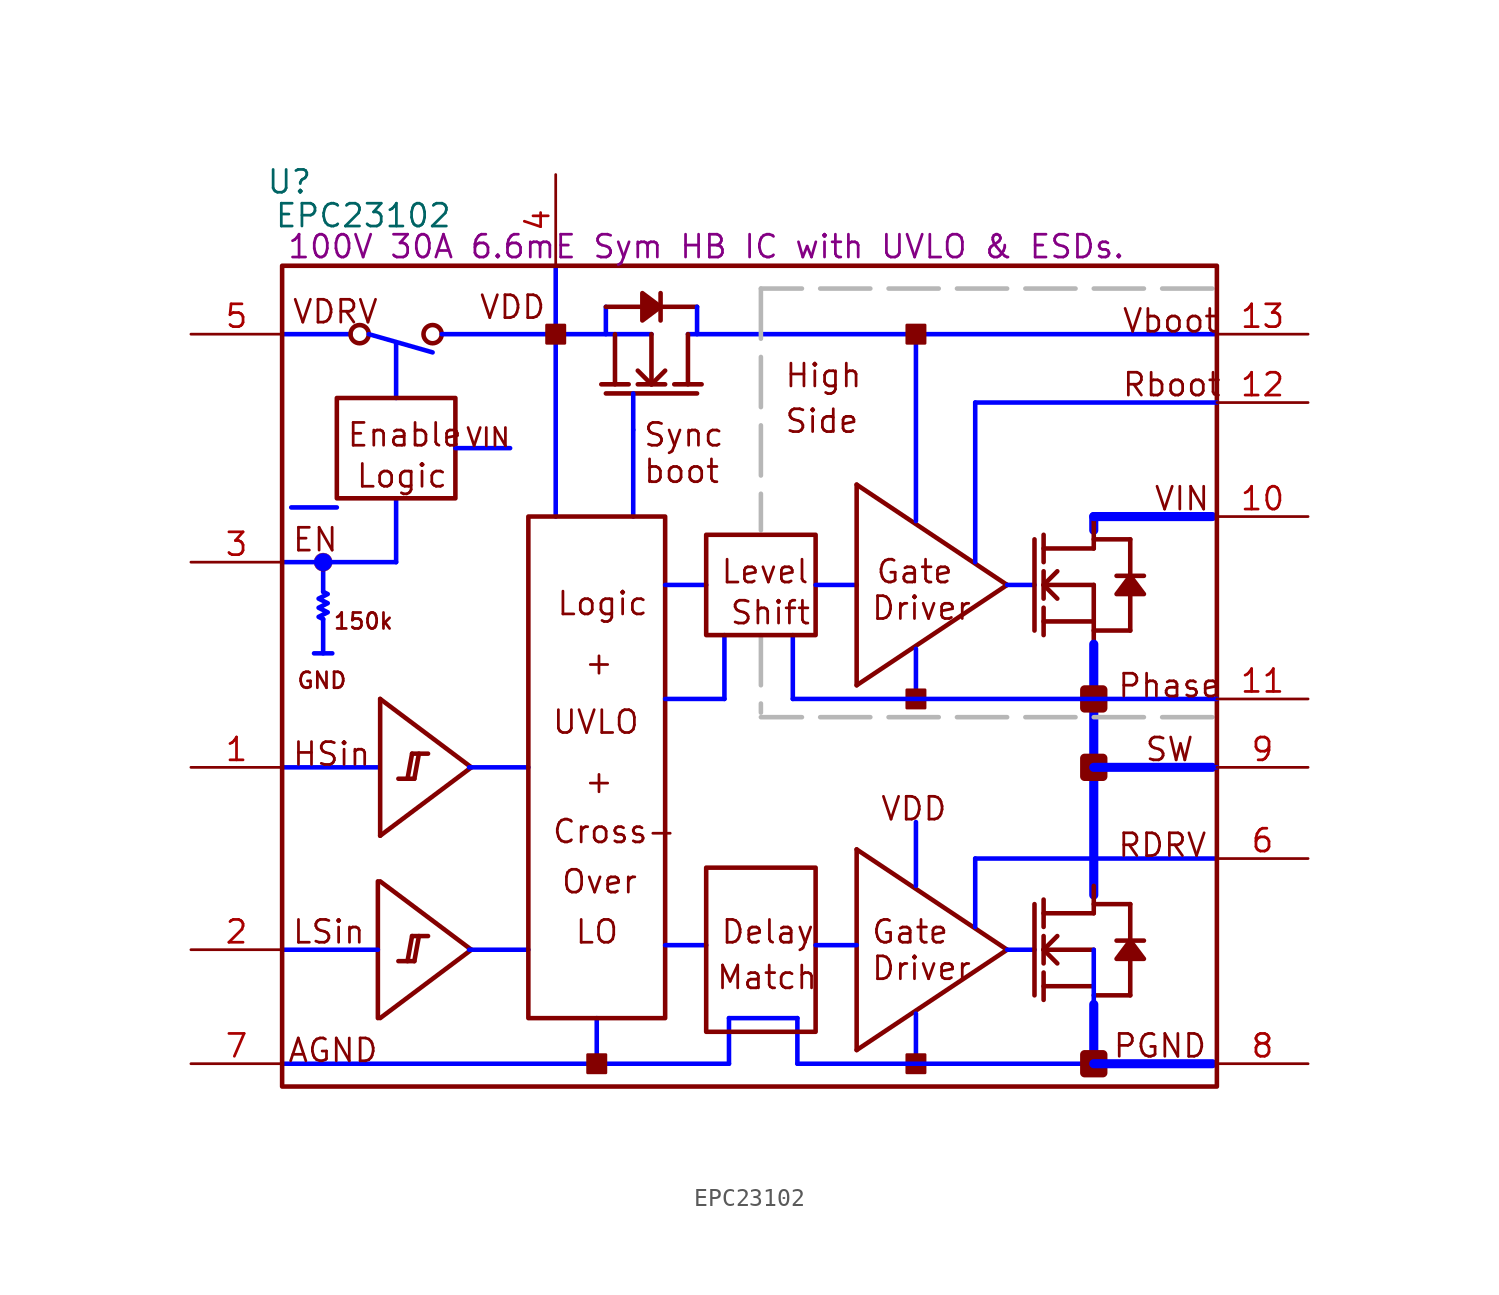
<source format=kicad_sym>
(kicad_symbol_lib
  (version 20220914)
  (generator kicad_symbol_editor)
  (symbol "EPC23102"
    (property "Reference" "U"
      (at 5.486 50.394 0)
      (effects (font (size 1.27 1.27))))
    (property "Value" "EPC23102"
      (at 9.601 48.514 0)
      (effects (font (size 1.27 1.27))))
    (property "Description" "100V 30A 6.6mE Sym HB IC with UVLO & ESDs."
      (at 28.702 46.787 0)
      (effects (font (size 1.27 1.27))))
    (symbol "EPC23102_1_0"
      (polyline (pts (xy 5.08 1.27) (xy 29.972 1.27)) (stroke (width 0.254) (type solid) (color 0 0 255 1)) (fill (type none)))
      (polyline (pts (xy 5.08 41.91) (xy 8.89 41.91)) (stroke (width 0.254) (type solid) (color 0 0 255 1)) (fill (type none)))
      (polyline (pts (xy 5.588 32.258) (xy 8.128 32.258)) (stroke (width 0.254) (type solid) (color 0 0 255 1)) (fill (type none)))
      (polyline (pts (xy 7.366 26.035) (xy 7.366 24.13)) (stroke (width 0.254) (type solid) (color 0 0 255 1)) (fill (type none)))
      (polyline (pts (xy 7.366 29.21) (xy 7.366 27.559)) (stroke (width 0.254) (type solid) (color 0 0 255 1)) (fill (type none)))
      (polyline (pts (xy 7.874 24.13) (xy 6.858 24.13)) (stroke (width 0.254) (type solid) (color 0 0 255 1)) (fill (type none)))
      (polyline (pts (xy 9.906 41.91) (xy 13.462 40.894)) (stroke (width 0.254) (type solid) (color 0 0 255 1)) (fill (type none)))
      (polyline (pts (xy 10.414 7.62) (xy 5.08 7.62)) (stroke (width 0.254) (type solid) (color 0 0 255 1)) (fill (type none)))
      (polyline (pts (xy 10.414 11.43) (xy 10.414 3.81)) (stroke (width 0.254) (type solid)) (fill (type none)))
      (polyline (pts (xy 10.414 17.78) (xy 5.08 17.78)) (stroke (width 0.254) (type solid) (color 0 0 255 1)) (fill (type none)))
      (polyline (pts (xy 10.541 3.81) (xy 15.621 7.62)) (stroke (width 0.254) (type solid)) (fill (type none)))
      (polyline (pts (xy 10.541 11.43) (xy 15.621 7.62)) (stroke (width 0.254) (type solid)) (fill (type none)))
      (polyline (pts (xy 10.541 13.97) (xy 15.621 17.78)) (stroke (width 0.254) (type solid)) (fill (type none)))
      (polyline (pts (xy 10.541 21.59) (xy 10.541 13.97)) (stroke (width 0.254) (type solid)) (fill (type none)))
      (polyline (pts (xy 10.541 21.59) (xy 15.621 17.78)) (stroke (width 0.254) (type solid)) (fill (type none)))
      (polyline (pts (xy 11.43 29.21) (xy 5.08 29.21)) (stroke (width 0.254) (type solid) (color 0 0 255 1)) (fill (type none)))
      (polyline (pts (xy 11.43 29.21) (xy 11.43 32.766)) (stroke (width 0.254) (type solid) (color 0 0 255 1)) (fill (type none)))
      (polyline (pts (xy 11.43 38.354) (xy 11.43 41.402)) (stroke (width 0.254) (type solid) (color 0 0 255 1)) (fill (type none)))
      (polyline (pts (xy 12.065 6.985) (xy 12.319 8.382)) (stroke (width 0.254) (type solid)) (fill (type none)))
      (polyline (pts (xy 12.065 17.145) (xy 12.319 18.542)) (stroke (width 0.254) (type solid)) (fill (type none)))
      (polyline (pts (xy 12.446 6.985) (xy 11.557 6.985)) (stroke (width 0.254) (type solid)) (fill (type none)))
      (polyline (pts (xy 12.446 6.985) (xy 12.7 8.382)) (stroke (width 0.254) (type solid)) (fill (type none)))
      (polyline (pts (xy 12.446 17.145) (xy 11.557 17.145)) (stroke (width 0.254) (type solid)) (fill (type none)))
      (polyline (pts (xy 12.446 17.145) (xy 12.7 18.542)) (stroke (width 0.254) (type solid)) (fill (type none)))
      (polyline (pts (xy 13.208 8.382) (xy 12.319 8.382)) (stroke (width 0.254) (type solid)) (fill (type none)))
      (polyline (pts (xy 13.208 18.542) (xy 12.319 18.542)) (stroke (width 0.254) (type solid)) (fill (type none)))
      (polyline (pts (xy 13.97 41.91) (xy 25.654 41.91)) (stroke (width 0.254) (type solid) (color 0 0 255 1)) (fill (type none)))
      (polyline (pts (xy 15.494 7.62) (xy 18.796 7.62)) (stroke (width 0.254) (type solid) (color 0 0 255 1)) (fill (type none)))
      (polyline (pts (xy 15.494 17.78) (xy 18.796 17.78)) (stroke (width 0.254) (type solid) (color 0 0 255 1)) (fill (type none)))
      (polyline (pts (xy 17.78 35.56) (xy 14.732 35.56)) (stroke (width 0.254) (type solid) (color 0 0 255 1)) (fill (type none)))
      (polyline (pts (xy 20.32 31.75) (xy 20.32 45.72)) (stroke (width 0.254) (type solid) (color 0 0 255 1)) (fill (type none)))
      (polyline (pts (xy 22.606 1.27) (xy 22.606 3.81)) (stroke (width 0.254) (type solid) (color 0 0 255 1)) (fill (type none)))
      (polyline (pts (xy 23.114 38.608) (xy 28.194 38.608)) (stroke (width 0.254) (type solid)) (fill (type none)))
      (polyline (pts (xy 23.114 43.434) (xy 23.114 41.91)) (stroke (width 0.254) (type solid) (color 0 0 255 1)) (fill (type none)))
      (polyline (pts (xy 23.114 43.434) (xy 25.146 43.434)) (stroke (width 0.254) (type solid)) (fill (type none)))
      (polyline (pts (xy 23.622 41.91) (xy 23.622 39.116)) (stroke (width 0.254) (type solid)) (fill (type none)))
      (polyline (pts (xy 24.384 39.116) (xy 22.86 39.116)) (stroke (width 0.254) (type solid)) (fill (type none)))
      (polyline (pts (xy 24.638 31.75) (xy 24.638 36.576)) (stroke (width 0.254) (type solid) (color 0 0 255 1)) (fill (type none)))
      (polyline (pts (xy 24.638 38.608) (xy 24.638 36.576)) (stroke (width 0.254) (type solid) (color 0 0 255 1)) (fill (type none)))
      (polyline (pts (xy 25.654 39.116) (xy 24.892 39.878)) (stroke (width 0.254) (type solid)) (fill (type none)))
      (polyline (pts (xy 25.654 39.116) (xy 25.654 41.91)) (stroke (width 0.254) (type solid)) (fill (type none)))
      (polyline (pts (xy 26.162 42.672) (xy 26.162 44.196)) (stroke (width 0.254) (type solid)) (fill (type none)))
      (polyline (pts (xy 26.162 43.434) (xy 28.194 43.434)) (stroke (width 0.254) (type solid)) (fill (type none)))
      (polyline (pts (xy 26.416 27.94) (xy 28.702 27.94)) (stroke (width 0.254) (type solid) (color 0 0 255 1)) (fill (type none)))
      (polyline (pts (xy 26.416 39.116) (xy 24.892 39.116)) (stroke (width 0.254) (type solid)) (fill (type none)))
      (polyline (pts (xy 26.416 39.878) (xy 25.654 39.116)) (stroke (width 0.254) (type solid)) (fill (type none)))
      (polyline (pts (xy 27.686 39.116) (xy 27.686 41.91)) (stroke (width 0.254) (type solid)) (fill (type none)))
      (polyline (pts (xy 27.686 41.91) (xy 57.15 41.91)) (stroke (width 0.254) (type solid) (color 0 0 255 1)) (fill (type none)))
      (polyline (pts (xy 28.194 43.434) (xy 28.194 41.91)) (stroke (width 0.254) (type solid) (color 0 0 255 1)) (fill (type none)))
      (polyline (pts (xy 28.448 39.116) (xy 26.924 39.116)) (stroke (width 0.254) (type solid)) (fill (type none)))
      (polyline (pts (xy 28.702 7.874) (xy 26.416 7.874)) (stroke (width 0.254) (type solid) (color 0 0 255 1)) (fill (type none)))
      (polyline (pts (xy 29.718 21.59) (xy 26.416 21.59)) (stroke (width 0.254) (type solid) (color 0 0 255 1)) (fill (type none)))
      (polyline (pts (xy 29.718 21.59) (xy 29.718 25.146)) (stroke (width 0.254) (type solid) (color 0 0 255 1)) (fill (type none)))
      (polyline (pts (xy 29.972 1.27) (xy 29.972 3.048)) (stroke (width 0.254) (type solid) (color 0 0 255 1)) (fill (type none)))
      (polyline (pts (xy 29.972 3.048) (xy 29.972 3.81)) (stroke (width 0.254) (type solid) (color 0 0 255 1)) (fill (type none)))
      (polyline (pts (xy 29.972 3.81) (xy 33.782 3.81)) (stroke (width 0.254) (type solid) (color 0 0 255 1)) (fill (type none)))
      (polyline (pts (xy 31.75 25.146) (xy 31.75 20.828)) (stroke (width 0.254) (type dash) (color 183 183 183 1)) (fill (type none)))
      (polyline (pts (xy 31.75 44.45) (xy 31.75 30.988)) (stroke (width 0.254) (type dash) (color 183 183 183 1)) (fill (type none)))
      (polyline (pts (xy 33.528 21.59) (xy 33.528 25.146)) (stroke (width 0.254) (type solid) (color 0 0 255 1)) (fill (type none)))
      (polyline (pts (xy 33.782 1.27) (xy 33.782 3.048)) (stroke (width 0.254) (type solid) (color 0 0 255 1)) (fill (type none)))
      (polyline (pts (xy 33.782 3.048) (xy 33.782 3.81)) (stroke (width 0.254) (type solid) (color 0 0 255 1)) (fill (type none)))
      (polyline (pts (xy 34.798 27.94) (xy 37.084 27.94)) (stroke (width 0.254) (type solid) (color 0 0 255 1)) (fill (type none)))
      (polyline (pts (xy 37.084 2.032) (xy 45.466 7.62)) (stroke (width 0.254) (type solid)) (fill (type none)))
      (polyline (pts (xy 37.084 7.874) (xy 34.798 7.874)) (stroke (width 0.254) (type solid) (color 0 0 255 1)) (fill (type none)))
      (polyline (pts (xy 37.084 13.208) (xy 37.084 2.032)) (stroke (width 0.254) (type solid)) (fill (type none)))
      (polyline (pts (xy 37.084 13.208) (xy 45.466 7.62)) (stroke (width 0.254) (type solid)) (fill (type none)))
      (polyline (pts (xy 37.084 22.352) (xy 45.466 27.94)) (stroke (width 0.254) (type solid)) (fill (type none)))
      (polyline (pts (xy 37.084 33.528) (xy 37.084 22.352)) (stroke (width 0.254) (type solid)) (fill (type none)))
      (polyline (pts (xy 37.084 33.528) (xy 45.466 27.94)) (stroke (width 0.254) (type solid)) (fill (type none)))
      (polyline (pts (xy 40.386 1.27) (xy 40.386 4.064)) (stroke (width 0.254) (type solid) (color 0 0 255 1)) (fill (type none)))
      (polyline (pts (xy 40.386 11.176) (xy 40.386 14.732)) (stroke (width 0.254) (type solid) (color 0 0 255 1)) (fill (type none)))
      (polyline (pts (xy 40.386 21.59) (xy 40.386 24.384)) (stroke (width 0.254) (type solid) (color 0 0 255 1)) (fill (type none)))
      (polyline (pts (xy 40.386 31.496) (xy 40.386 41.91)) (stroke (width 0.254) (type solid) (color 0 0 255 1)) (fill (type none)))
      (polyline (pts (xy 43.688 8.89) (xy 43.688 12.7)) (stroke (width 0.254) (type solid) (color 0 0 255 1)) (fill (type none)))
      (polyline (pts (xy 43.688 12.7) (xy 57.15 12.7)) (stroke (width 0.254) (type solid) (color 0 0 255 1)) (fill (type none)))
      (polyline (pts (xy 43.688 29.21) (xy 43.688 38.1)) (stroke (width 0.254) (type solid) (color 0 0 255 1)) (fill (type none)))
      (polyline (pts (xy 45.466 7.62) (xy 46.99 7.62)) (stroke (width 0.254) (type solid) (color 0 0 255 1)) (fill (type none)))
      (polyline (pts (xy 45.466 27.94) (xy 46.99 27.94)) (stroke (width 0.254) (type solid) (color 0 0 255 1)) (fill (type none)))
      (polyline (pts (xy 46.99 10.16) (xy 46.99 5.08)) (stroke (width 0.254) (type solid)) (fill (type none)))
      (polyline (pts (xy 46.99 30.48) (xy 46.99 25.4)) (stroke (width 0.254) (type solid)) (fill (type none)))
      (polyline (pts (xy 47.498 4.826) (xy 47.498 6.35)) (stroke (width 0.254) (type solid)) (fill (type none)))
      (polyline (pts (xy 47.498 5.588) (xy 50.292 5.588)) (stroke (width 0.254) (type solid)) (fill (type none)))
      (polyline (pts (xy 47.498 6.858) (xy 47.498 8.382)) (stroke (width 0.254) (type solid)) (fill (type none)))
      (polyline (pts (xy 47.498 7.62) (xy 48.26 8.382)) (stroke (width 0.254) (type solid)) (fill (type none)))
      (polyline (pts (xy 47.498 7.62) (xy 50.292 7.62)) (stroke (width 0.254) (type solid)) (fill (type none)))
      (polyline (pts (xy 47.498 8.89) (xy 47.498 10.414)) (stroke (width 0.254) (type solid)) (fill (type none)))
      (polyline (pts (xy 47.498 25.146) (xy 47.498 26.67)) (stroke (width 0.254) (type solid)) (fill (type none)))
      (polyline (pts (xy 47.498 25.908) (xy 50.292 25.908)) (stroke (width 0.254) (type solid)) (fill (type none)))
      (polyline (pts (xy 47.498 27.178) (xy 47.498 28.702)) (stroke (width 0.254) (type solid)) (fill (type none)))
      (polyline (pts (xy 47.498 27.94) (xy 48.26 28.702)) (stroke (width 0.254) (type solid)) (fill (type none)))
      (polyline (pts (xy 47.498 27.94) (xy 50.292 27.94)) (stroke (width 0.254) (type solid)) (fill (type none)))
      (polyline (pts (xy 47.498 29.21) (xy 47.498 30.734)) (stroke (width 0.254) (type solid)) (fill (type none)))
      (polyline (pts (xy 48.26 6.858) (xy 47.498 7.62)) (stroke (width 0.254) (type solid)) (fill (type none)))
      (polyline (pts (xy 48.26 27.178) (xy 47.498 27.94)) (stroke (width 0.254) (type solid)) (fill (type none)))
      (polyline (pts (xy 50.292 1.27) (xy 33.782 1.27)) (stroke (width 0.254) (type solid) (color 0 0 255 1)) (fill (type none)))
      (polyline (pts (xy 50.292 1.27) (xy 50.292 7.62)) (stroke (width 0.254) (type solid) (color 0 0 255 1)) (fill (type none)))
      (polyline (pts (xy 50.292 1.524) (xy 50.292 4.572)) (stroke (width 0.508) (type solid) (color 0 0 255 1)) (fill (type none)))
      (polyline (pts (xy 50.292 5.08) (xy 52.324 5.08)) (stroke (width 0.254) (type solid)) (fill (type none)))
      (polyline (pts (xy 50.292 9.652) (xy 47.498 9.652)) (stroke (width 0.254) (type solid)) (fill (type none)))
      (polyline (pts (xy 50.292 9.652) (xy 50.292 11.176)) (stroke (width 0.254) (type solid)) (fill (type none)))
      (polyline (pts (xy 50.292 10.16) (xy 52.324 10.16)) (stroke (width 0.254) (type solid)) (fill (type none)))
      (polyline (pts (xy 50.292 10.668) (xy 50.292 21.59)) (stroke (width 0.508) (type solid) (color 0 0 255 1)) (fill (type none)))
      (polyline (pts (xy 50.292 21.59) (xy 50.292 24.638)) (stroke (width 0.508) (type solid) (color 0 0 255 1)) (fill (type none)))
      (polyline (pts (xy 50.292 25.4) (xy 52.324 25.4)) (stroke (width 0.254) (type solid)) (fill (type none)))
      (polyline (pts (xy 50.292 27.94) (xy 50.292 22.86)) (stroke (width 0.254) (type solid)) (fill (type none)))
      (polyline (pts (xy 50.292 29.972) (xy 47.498 29.972)) (stroke (width 0.254) (type solid)) (fill (type none)))
      (polyline (pts (xy 50.292 29.972) (xy 50.292 31.496)) (stroke (width 0.254) (type solid)) (fill (type none)))
      (polyline (pts (xy 50.292 30.48) (xy 52.324 30.48)) (stroke (width 0.254) (type solid)) (fill (type none)))
      (polyline (pts (xy 50.292 30.988) (xy 50.292 31.75)) (stroke (width 0.508) (type solid) (color 0 0 255 1)) (fill (type none)))
      (polyline (pts (xy 50.292 31.75) (xy 57.15 31.75)) (stroke (width 0.254) (type solid) (color 0 0 255 1)) (fill (type none)))
      (polyline (pts (xy 52.324 7.112) (xy 52.324 5.08)) (stroke (width 0.254) (type solid)) (fill (type none)))
      (polyline (pts (xy 52.324 10.16) (xy 52.324 8.128)) (stroke (width 0.254) (type solid)) (fill (type none)))
      (polyline (pts (xy 52.324 27.432) (xy 52.324 25.4)) (stroke (width 0.254) (type solid)) (fill (type none)))
      (polyline (pts (xy 52.324 30.48) (xy 52.324 28.448)) (stroke (width 0.254) (type solid)) (fill (type none)))
      (polyline (pts (xy 53.086 8.128) (xy 51.562 8.128)) (stroke (width 0.254) (type solid)) (fill (type none)))
      (polyline (pts (xy 53.086 28.448) (xy 51.562 28.448)) (stroke (width 0.254) (type solid)) (fill (type none)))
      (polyline (pts (xy 56.896 1.27) (xy 50.292 1.27)) (stroke (width 0.508) (type solid) (color 0 0 255 1)) (fill (type none)))
      (polyline (pts (xy 56.896 17.78) (xy 50.292 17.78)) (stroke (width 0.508) (type solid) (color 0 0 255 1)) (fill (type none)))
      (polyline (pts (xy 56.896 20.574) (xy 31.75 20.574)) (stroke (width 0.254) (type dash) (color 183 183 183 1)) (fill (type none)))
      (polyline (pts (xy 56.896 31.75) (xy 50.292 31.75)) (stroke (width 0.508) (type solid) (color 0 0 255 1)) (fill (type none)))
      (polyline (pts (xy 56.896 44.45) (xy 31.75 44.45)) (stroke (width 0.254) (type dash) (color 183 183 183 1)) (fill (type none)))
      (polyline (pts (xy 57.15 17.78) (xy 50.292 17.78)) (stroke (width 0.254) (type solid) (color 0 0 255 1)) (fill (type none)))
      (polyline (pts (xy 57.15 21.59) (xy 33.528 21.59)) (stroke (width 0.254) (type solid) (color 0 0 255 1)) (fill (type none)))
      (polyline (pts (xy 57.15 38.1) (xy 43.688 38.1)) (stroke (width 0.254) (type solid) (color 0 0 255 1)) (fill (type none)))
      (polyline (pts (xy 26.162 43.434) (xy 25.146 44.196) (xy 25.146 42.672) (xy 26.162 43.434)) (stroke (width 0.254) (type solid)) (fill (type outline)))
      (polyline (pts (xy 52.324 8.128) (xy 51.562 7.112) (xy 53.086 7.112) (xy 52.324 8.128)) (stroke (width 0.254) (type solid)) (fill (type outline)))
      (polyline (pts (xy 52.324 28.448) (xy 51.562 27.432) (xy 53.086 27.432) (xy 52.324 28.448)) (stroke (width 0.254) (type solid)) (fill (type outline)))
      (polyline (pts (xy 7.366 26.035) (xy 7.112 26.162) (xy 7.62 26.416) (xy 7.112 26.67) (xy 7.62 26.924) (xy 7.112 27.178) (xy 7.62 27.432) (xy 7.366 27.559)) (stroke (width 0.254) (type solid) (color 0 0 255 1)) (fill (type none)))
      (circle (center 7.366 29.21) (radius 0.508) (stroke (width 0.0001) (type solid)) (fill (type color) (color 0 0 255 1)))
      (circle (center 9.398 41.91) (radius 0.508) (stroke (width 0.254) (type solid)) (fill (type none)))
      (circle (center 13.462 41.91) (radius 0.508) (stroke (width 0.254) (type solid)) (fill (type none)))
      (rectangle (start 14.732 38.354) (end 8.128 32.766) (stroke (width 0.254) (type solid)) (fill (type none)))
      (rectangle (start 20.828 42.418) (end 19.812 41.402) (stroke (width 0) (type solid)) (fill (type outline)))
      (rectangle (start 23.114 1.778) (end 22.098 0.762) (stroke (width 0) (type solid)) (fill (type outline)))
      (rectangle (start 26.416 31.75) (end 18.796 3.81) (stroke (width 0.254) (type solid)) (fill (type none)))
      (rectangle (start 34.798 12.192) (end 28.702 3.048) (stroke (width 0.254) (type solid)) (fill (type none)))
      (rectangle (start 34.798 30.734) (end 28.702 25.146) (stroke (width 0.254) (type solid)) (fill (type none)))
      (rectangle (start 40.894 1.778) (end 39.878 0.762) (stroke (width 0) (type solid)) (fill (type outline)))
      (rectangle (start 40.894 22.098) (end 39.878 21.082) (stroke (width 0) (type solid)) (fill (type outline)))
      (rectangle (start 40.894 42.418) (end 39.878 41.402) (stroke (width 0) (type solid)) (fill (type outline)))
      (rectangle (start 50.8 1.778) (end 49.784 0.762) (stroke (width 0.508) (type solid)) (fill (type outline)))
      (rectangle (start 50.8 18.288) (end 49.784 17.272) (stroke (width 0.508) (type solid)) (fill (type outline)))
      (rectangle (start 50.8 22.098) (end 49.784 21.082) (stroke (width 0.508) (type solid)) (fill (type outline)))
      (rectangle (start 57.15 45.72) (end 5.08 0) (stroke (width 0.254) (type solid)) (fill (type none)))
      (text "+" (at 21.844 16.256 0) (effects (font (size 1.27 1.27)) (justify left bottom)))
      (text "+" (at 21.844 22.86 0) (effects (font (size 1.27 1.27)) (justify left bottom)))
      (text "150k" (at 7.874 25.4 0) (effects (font (size 0.889 0.889)) (justify left bottom)))
      (text "AGND" (at 5.334 1.27 0) (effects (font (size 1.27 1.27)) (justify left bottom)))
      (text "boot" (at 25.146 33.528 0) (effects (font (size 1.27 1.27)) (justify left bottom)))
      (text "Cross-" (at 20.066 13.462 0) (effects (font (size 1.27 1.27)) (justify left bottom)))
      (text "Delay" (at 29.464 7.874 0) (effects (font (size 1.27 1.27)) (justify left bottom)))
      (text "Driver" (at 37.846 5.842 0) (effects (font (size 1.27 1.27)) (justify left bottom)))
      (text "Driver" (at 37.846 25.908 0) (effects (font (size 1.27 1.27)) (justify left bottom)))
      (text "EN" (at 5.588 29.718 0) (effects (font (size 1.27 1.27)) (justify left bottom)))
      (text "Enable" (at 8.636 35.56 0) (effects (font (size 1.27 1.27)) (justify left bottom)))
      (text "Gate" (at 37.846 7.874 0) (effects (font (size 1.27 1.27)) (justify left bottom)))
      (text "Gate" (at 38.1 27.94 0) (effects (font (size 1.27 1.27)) (justify left bottom)))
      (text "GND" (at 5.842 22.098 0) (effects (font (size 0.889 0.889)) (justify left bottom)))
      (text "High" (at 33.02 38.862 0) (effects (font (size 1.27 1.27)) (justify left bottom)))
      (text "HSin" (at 5.588 17.78 0) (effects (font (size 1.27 1.27)) (justify left bottom)))
      (text "Level" (at 29.464 27.94 0) (effects (font (size 1.27 1.27)) (justify left bottom)))
      (text "LO" (at 21.336 7.874 0) (effects (font (size 1.27 1.27)) (justify left bottom)))
      (text "Logic" (at 9.144 33.274 0) (effects (font (size 1.27 1.27)) (justify left bottom)))
      (text "Logic" (at 20.32 26.162 0) (effects (font (size 1.27 1.27)) (justify left bottom)))
      (text "LSin" (at 5.588 7.874 0) (effects (font (size 1.27 1.27)) (justify left bottom)))
      (text "Match" (at 29.21 5.334 0) (effects (font (size 1.27 1.27)) (justify left bottom)))
      (text "Over" (at 20.574 10.668 0) (effects (font (size 1.27 1.27)) (justify left bottom)))
      (text "PGND" (at 51.308 1.524 0) (effects (font (size 1.27 1.27)) (justify left bottom)))
      (text "Phase" (at 51.562 21.59 0) (effects (font (size 1.27 1.27)) (justify left bottom)))
      (text "Rboot" (at 51.816 38.354 0) (effects (font (size 1.27 1.27)) (justify left bottom)))
      (text "RDRV" (at 51.562 12.7 0) (effects (font (size 1.27 1.27)) (justify left bottom)))
      (text "Shift" (at 29.972 25.654 0) (effects (font (size 1.27 1.27)) (justify left bottom)))
      (text "Side" (at 33.02 36.322 0) (effects (font (size 1.27 1.27)) (justify left bottom)))
      (text "SW" (at 53.086 18.034 0) (effects (font (size 1.27 1.27)) (justify left bottom)))
      (text "Sync" (at 25.146 35.56 0) (effects (font (size 1.27 1.27)) (justify left bottom)))
      (text "UVLO" (at 20.066 19.558 0) (effects (font (size 1.27 1.27)) (justify left bottom)))
      (text "Vboot" (at 51.816 41.91 0) (effects (font (size 1.27 1.27)) (justify left bottom)))
      (text "VDD" (at 16.002 42.672 0) (effects (font (size 1.27 1.27)) (justify left bottom)))
      (text "VDD" (at 38.354 14.732 0) (effects (font (size 1.27 1.27)) (justify left bottom)))
      (text "VDRV" (at 5.588 42.418 0) (effects (font (size 1.27 1.27)) (justify left bottom)))
      (text "VIN" (at 15.24 35.56 0) (effects (font (size 1.016 1.016)) (justify left bottom)))
      (text "VIN" (at 53.594 32.004 0) (effects (font (size 1.27 1.27)) (justify left bottom)))
      (pin passive line (at 0 17.78 0) (length 5.08) (name "HSin" (effects (font (size 0 0)))) (number "1" (effects (font (size 1.27 1.27)))))
      (pin passive line (at 62.23 31.75 180) (length 5.08) (name "VIN" (effects (font (size 0 0)))) (number "10" (effects (font (size 1.27 1.27)))))
      (pin passive line (at 62.23 21.59 180) (length 5.08) (name "Phase" (effects (font (size 0 0)))) (number "11" (effects (font (size 1.27 1.27)))))
      (pin passive line (at 62.23 38.1 180) (length 5.08) (name "Rboot" (effects (font (size 0 0)))) (number "12" (effects (font (size 1.27 1.27)))))
      (pin passive line (at 62.23 41.91 180) (length 5.08) (name "Vboot" (effects (font (size 0 0)))) (number "13" (effects (font (size 1.27 1.27)))))
      (pin passive line (at 0 7.62 0) (length 5.08) (name "LSin" (effects (font (size 0 0)))) (number "2" (effects (font (size 1.27 1.27)))))
      (pin passive line (at 0 29.21 0) (length 5.08) (name "ENb" (effects (font (size 0 0)))) (number "3" (effects (font (size 1.27 1.27)))))
      (pin passive line (at 20.32 50.8 270) (length 5.08) (name "VDD" (effects (font (size 0 0)))) (number "4" (effects (font (size 1.27 1.27)))))
      (pin passive line (at 0 41.91 0) (length 5.08) (name "VDRV" (effects (font (size 0 0)))) (number "5" (effects (font (size 1.27 1.27)))))
      (pin passive line (at 62.23 12.7 180) (length 5.08) (name "RDRV" (effects (font (size 0 0)))) (number "6" (effects (font (size 1.27 1.27)))))
      (pin passive line (at 0 1.27 0) (length 5.08) (name "AGND" (effects (font (size 0 0)))) (number "7" (effects (font (size 1.27 1.27)))))
      (pin passive line (at 62.23 1.27 180) (length 5.08) (name "PGND" (effects (font (size 0 0)))) (number "8" (effects (font (size 1.27 1.27)))))
      (pin passive line (at 62.23 17.78 180) (length 5.08) (name "SW" (effects (font (size 0 0)))) (number "9" (effects (font (size 1.27 1.27))))))))
</source>
